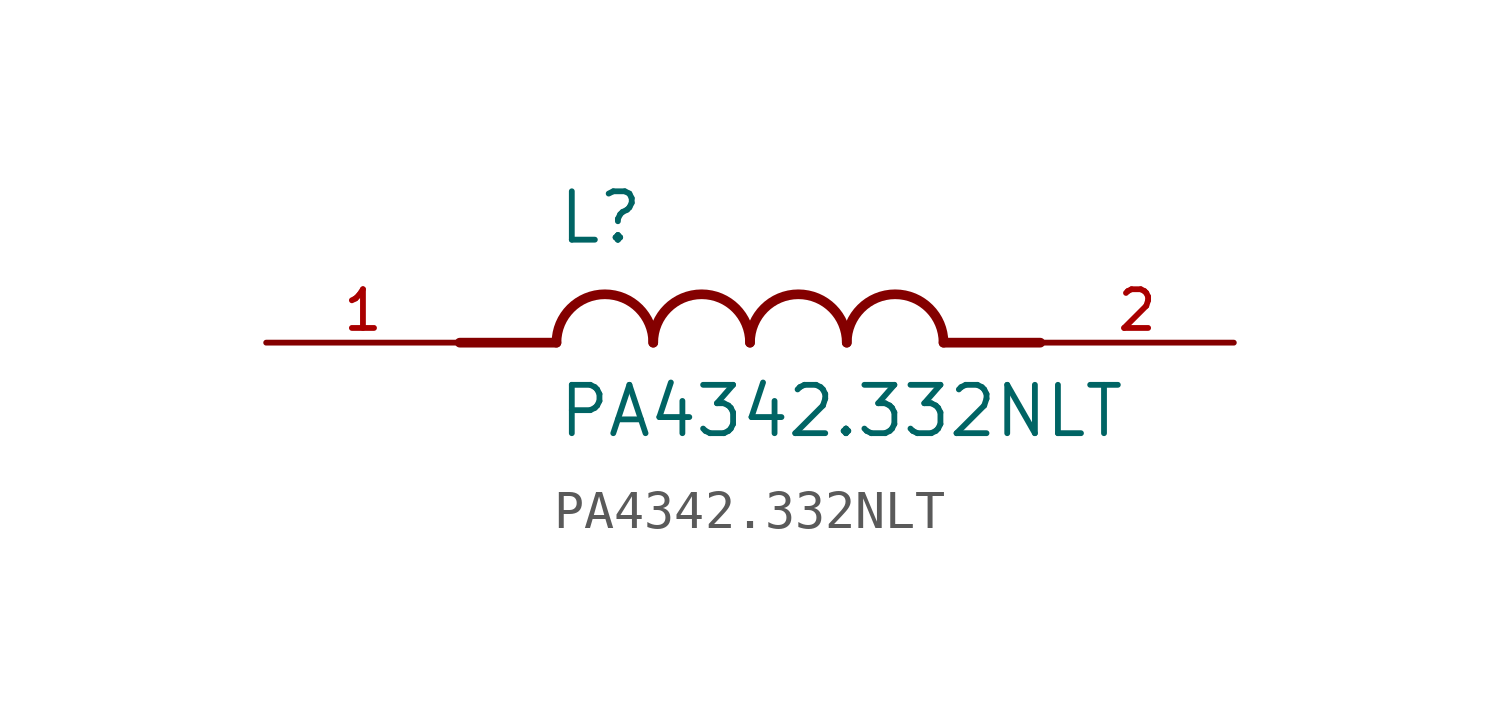
<source format=kicad_sym>
(kicad_symbol_lib
  (version 20211014)
  (generator kicad_symbol_editor)
  (symbol "PA4342.332NLT"
    (pin_names
      (offset 1.016))
    (property "Reference" "L"
      (at -5.08 2.54 0)
      (effects (font (size 1.27 1.27)) (justify bottom left)))
    (property "Value" "PA4342.332NLT"
      (at -5.08 -2.54 0)
      (effects (font (size 1.27 1.27)) (justify bottom left)))
    (symbol "PA4342.332NLT_0_0"
      (arc (start -2.54 0.0) (mid -3.81 1.27) (end -5.08 0.0) (stroke (width 0.254) (type default) (color 0 0 0 0)) (fill (type none)))
      (arc (start 0.0 0.0) (mid -1.27 1.27) (end -2.54 0.0) (stroke (width 0.254) (type default) (color 0 0 0 0)) (fill (type none)))
      (arc (start 2.54 0.0) (mid 1.27 1.27) (end 0.0 0.0) (stroke (width 0.254) (type default) (color 0 0 0 0)) (fill (type none)))
      (arc (start 5.08 0.0) (mid 3.81 1.27) (end 2.54 0.0) (stroke (width 0.254) (type default) (color 0 0 0 0)) (fill (type none)))
      (polyline (pts (xy -5.08 0.0) (xy -7.62 0.0)) (stroke (width 0.254)))
      (polyline (pts (xy 5.08 0.0) (xy 7.62 0.0)) (stroke (width 0.254)))
      (pin passive line (at -12.7 0.0 0) (length 5.08) (name "~" (effects (font (size 1.016 1.016)))) (number "1" (effects (font (size 1.016 1.016)))))
      (pin passive line (at 12.7 0.0 180.0) (length 5.08) (name "~" (effects (font (size 1.016 1.016)))) (number "2" (effects (font (size 1.016 1.016))))))))
</source>
